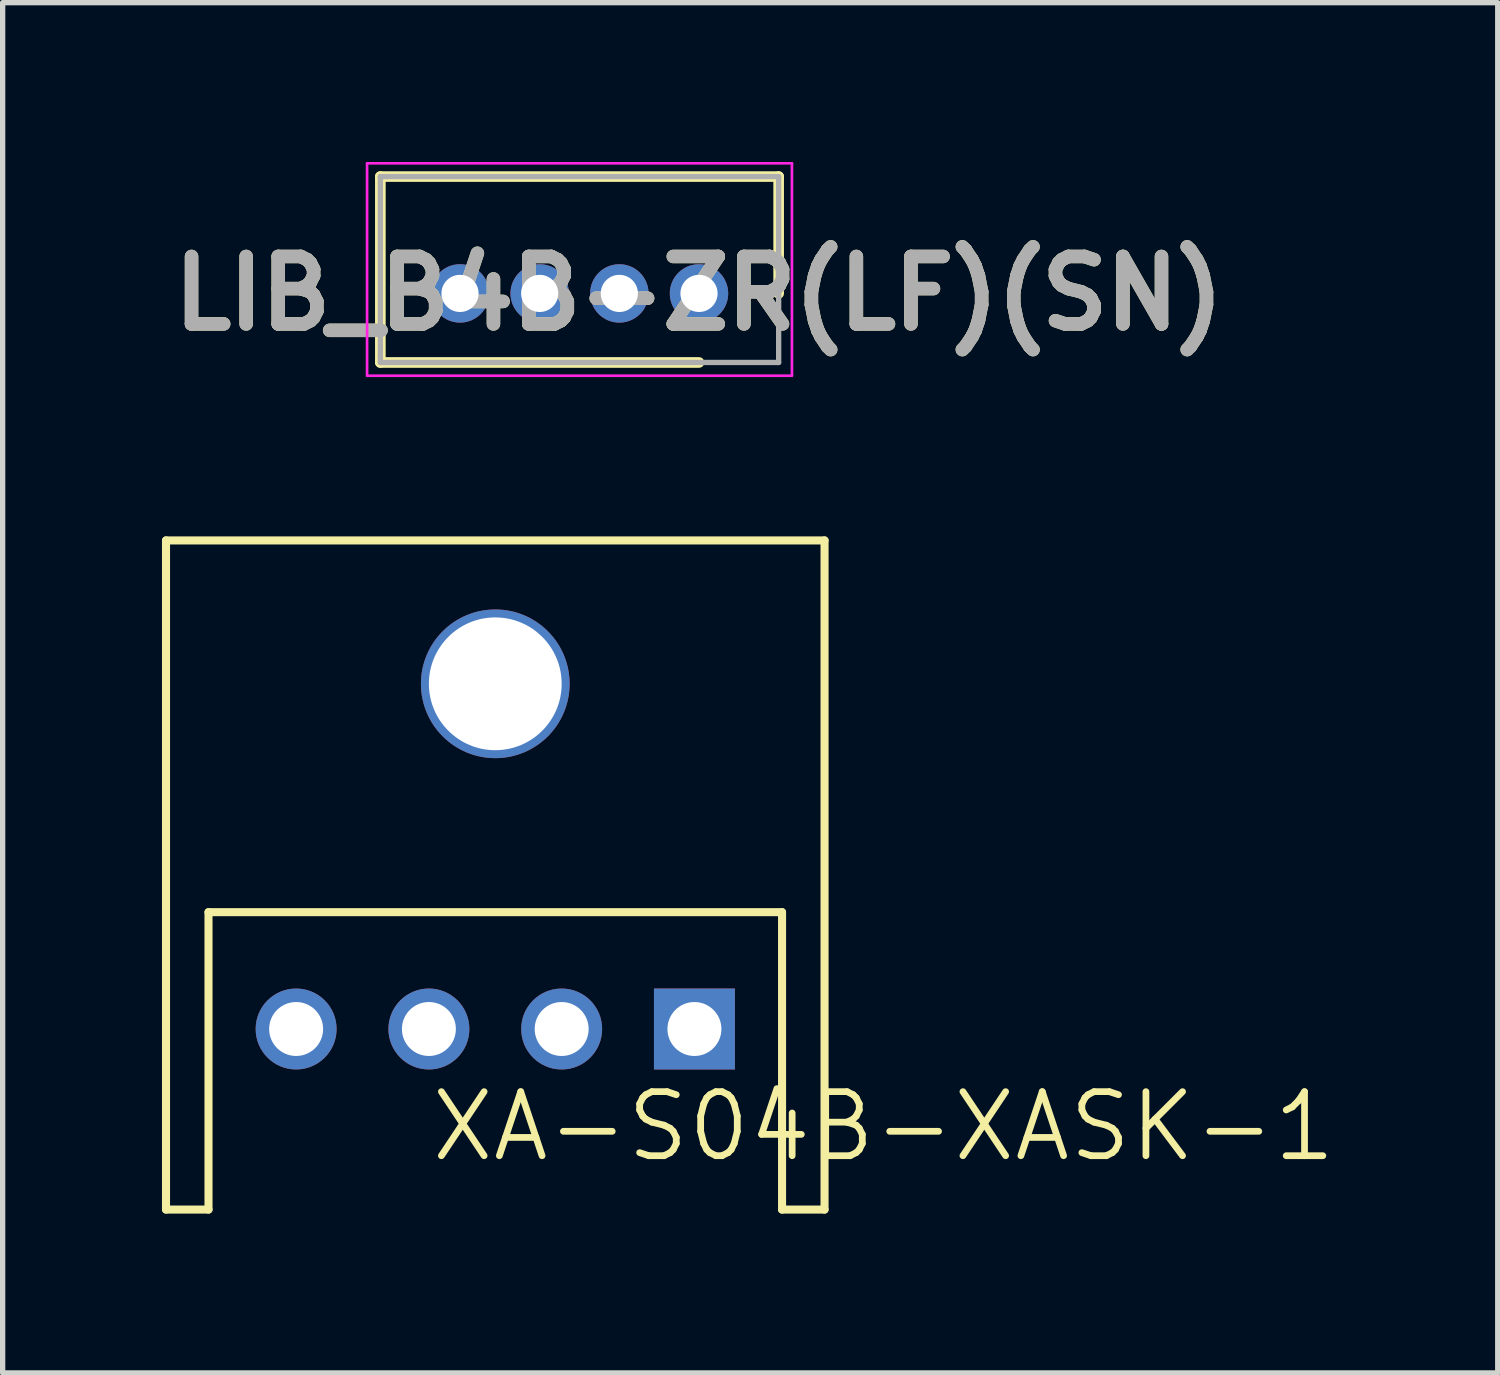
<source format=kicad_pcb>
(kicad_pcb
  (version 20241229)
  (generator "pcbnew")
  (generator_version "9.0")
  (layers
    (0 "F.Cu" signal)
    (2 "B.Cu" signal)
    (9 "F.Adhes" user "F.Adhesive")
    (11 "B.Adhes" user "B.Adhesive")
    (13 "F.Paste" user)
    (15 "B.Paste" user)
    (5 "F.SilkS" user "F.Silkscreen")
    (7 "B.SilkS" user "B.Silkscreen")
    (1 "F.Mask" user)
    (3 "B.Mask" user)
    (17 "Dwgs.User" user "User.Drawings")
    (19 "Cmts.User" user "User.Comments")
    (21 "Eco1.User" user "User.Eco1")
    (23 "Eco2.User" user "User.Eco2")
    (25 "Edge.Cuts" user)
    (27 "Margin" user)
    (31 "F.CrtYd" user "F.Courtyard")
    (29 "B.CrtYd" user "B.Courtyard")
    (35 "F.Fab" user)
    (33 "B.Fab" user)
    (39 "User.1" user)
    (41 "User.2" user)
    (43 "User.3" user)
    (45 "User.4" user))
  (footprint "LIB_B4B-ZR(LF)(SN)"
    (layer "F.Cu")
    (at 10.112 2.475)
    (property "Reference" "LIB_B4B-ZR(LF)(SN)" (at 0 0 0) (layer "F.SilkS") (effects (font (size 1.27 1.27) (thickness 0.254))))
    (attr through_hole)
    (fp_line (start -6 -2.2) (end 1.5 -2.2) (stroke (width 0.2) (type solid)) (layer "F.SilkS"))
    (fp_line (start -6 1.3) (end -6 -2.2) (stroke (width 0.2) (type solid)) (layer "F.SilkS"))
    (fp_line (start 0 1.3) (end -6 1.3) (stroke (width 0.2) (type solid)) (layer "F.SilkS"))
    (fp_line (start 1.5 -2.2) (end 1.5 0) (stroke (width 0.2) (type solid)) (layer "F.SilkS"))
    (fp_line (start -6.25 -2.45) (end 1.75 -2.45) (stroke (width 0.05) (type solid)) (layer "F.CrtYd"))
    (fp_line (start -6.25 1.55) (end -6.25 -2.45) (stroke (width 0.05) (type solid)) (layer "F.CrtYd"))
    (fp_line (start 1.75 -2.45) (end 1.75 1.55) (stroke (width 0.05) (type solid)) (layer "F.CrtYd"))
    (fp_line (start 1.75 1.55) (end -6.25 1.55) (stroke (width 0.05) (type solid)) (layer "F.CrtYd"))
    (fp_line (start -6 -2.2) (end 1.5 -2.2) (stroke (width 0.1) (type solid)) (layer "F.Fab"))
    (fp_line (start -6 1.3) (end -6 -2.2) (stroke (width 0.1) (type solid)) (layer "F.Fab"))
    (fp_line (start 1.5 -2.2) (end 1.5 1.3) (stroke (width 0.1) (type solid)) (layer "F.Fab"))
    (fp_line (start 1.5 1.3) (end -6 1.3) (stroke (width 0.1) (type solid)) (layer "F.Fab"))
    (fp_text user "${REFERENCE}" (at 0 0 0) (layer "F.Fab") (effects (font (size 1.27 1.27) (thickness 0.254))))
    (pad "1" thru_hole circle (at 0 0) (size 1.1 1.1) (drill 0.7) (layers "*.Cu" "*.Mask"))
    (pad "2" thru_hole circle (at -1.5 0) (size 1.1 1.1) (drill 0.7) (layers "*.Cu" "*.Mask"))
    (pad "3" thru_hole circle (at -3 0) (size 1.1 1.1) (drill 0.7) (layers "*.Cu" "*.Mask"))
    (pad "4" thru_hole circle (at -4.5 0) (size 1.1 1.1) (drill 0.7) (layers "*.Cu" "*.Mask")))
  (footprint "XA-S04B-XASK-1"
    (layer "F.Cu")
    (at 6.276 16.326)
    (property "Reference" "XA-S04B-XASK-1" (at -1.27 2.54 0) (layer "F.SilkS") (effects (font (size 1.206 1.206) (thickness 0.127)) (justify left bottom)))
    (attr through_hole)
    (fp_line (start -6.2 -9.2) (end -6.2 3.4) (stroke (width 0.152) (type solid)) (layer "F.SilkS"))
    (fp_line (start -6.2 -9.2) (end 6.2 -9.2) (stroke (width 0.152) (type solid)) (layer "F.SilkS"))
    (fp_line (start -6.2 3.4) (end -5.4 3.4) (stroke (width 0.152) (type solid)) (layer "F.SilkS"))
    (fp_line (start -5.4 -2.2) (end 5.4 -2.2) (stroke (width 0.152) (type solid)) (layer "F.SilkS"))
    (fp_line (start -5.4 3.4) (end -5.4 -2.2) (stroke (width 0.152) (type solid)) (layer "F.SilkS"))
    (fp_line (start 5.4 -2.2) (end 5.4 3.4) (stroke (width 0.152) (type solid)) (layer "F.SilkS"))
    (fp_line (start 5.4 3.4) (end 6.2 3.4) (stroke (width 0.152) (type solid)) (layer "F.SilkS"))
    (fp_line (start 6.2 -9.2) (end 6.2 3.4) (stroke (width 0.152) (type solid)) (layer "F.SilkS"))
    (pad "" np_thru_hole circle (at 0 -6.5) (size 2.8 2.8) (drill 2.5) (layers "*.Cu"))
    (pad "1" thru_hole rect (at 3.75 0 90) (size 1.524 1.524) (drill 1.016) (layers "*.Cu" "*.Mask"))
    (pad "2" thru_hole circle (at 1.25 0 90) (size 1.524 1.524) (drill 1.016) (layers "*.Cu" "*.Mask"))
    (pad "3" thru_hole circle (at -1.25 0 90) (size 1.524 1.524) (drill 1.016) (layers "*.Cu" "*.Mask"))
    (pad "4" thru_hole circle (at -3.75 0 90) (size 1.524 1.524) (drill 1.016) (layers "*.Cu" "*.Mask")))
  (gr_rect
    (start -3 -3)
    (end 25.152 22.802)
    (stroke (width 0.1) (type default))
    (fill no)
    (layer "Edge.Cuts")))
</source>
